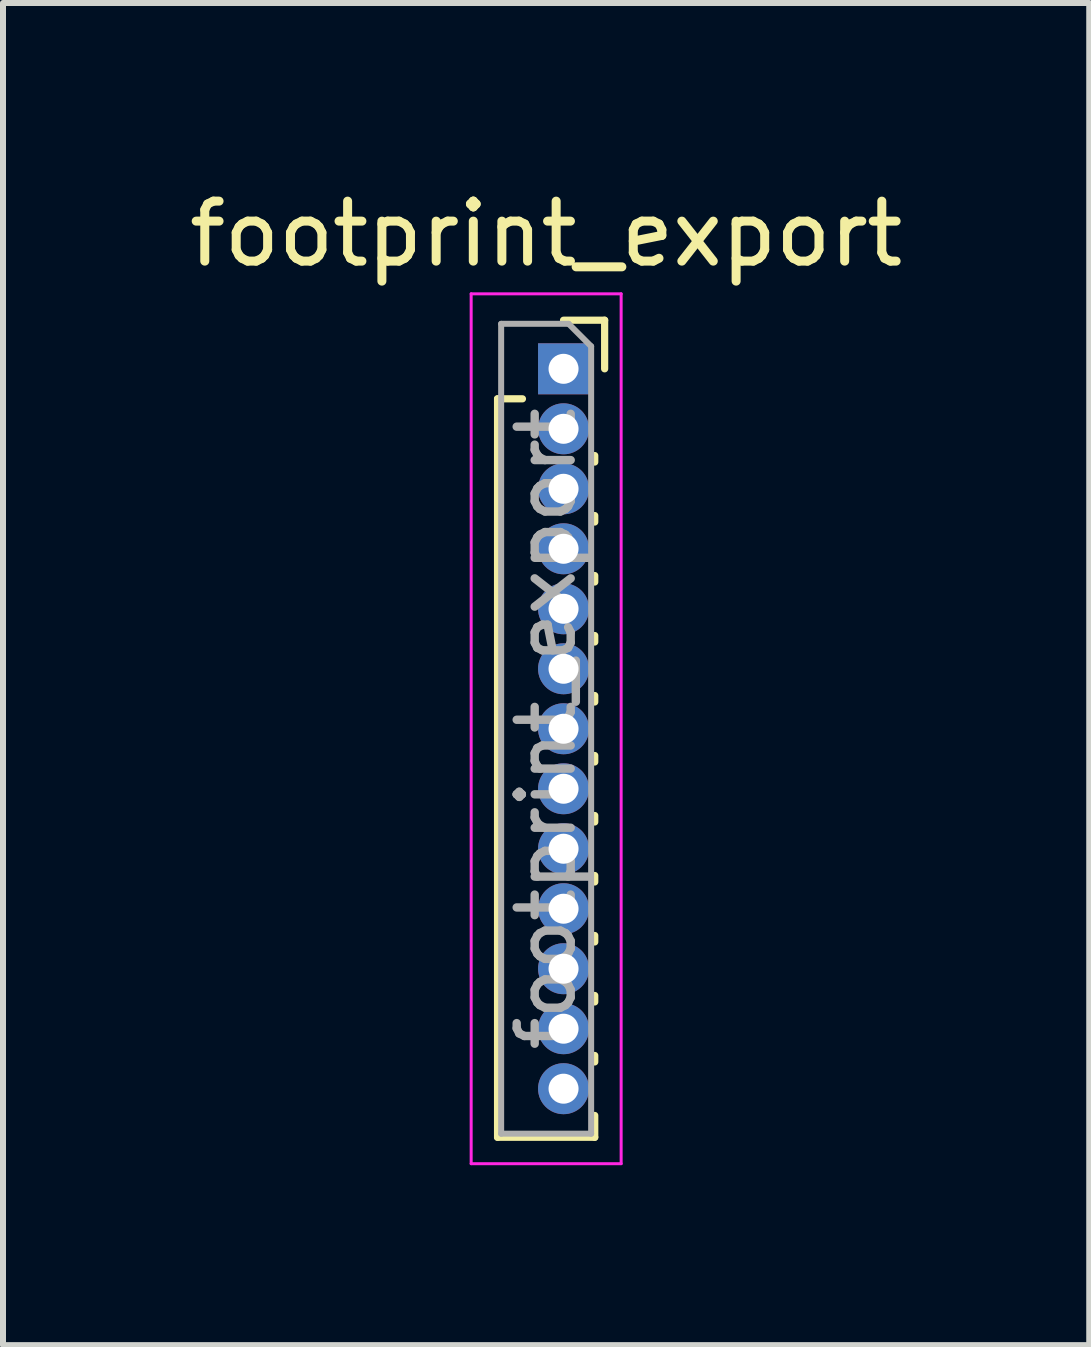
<source format=kicad_pcb>
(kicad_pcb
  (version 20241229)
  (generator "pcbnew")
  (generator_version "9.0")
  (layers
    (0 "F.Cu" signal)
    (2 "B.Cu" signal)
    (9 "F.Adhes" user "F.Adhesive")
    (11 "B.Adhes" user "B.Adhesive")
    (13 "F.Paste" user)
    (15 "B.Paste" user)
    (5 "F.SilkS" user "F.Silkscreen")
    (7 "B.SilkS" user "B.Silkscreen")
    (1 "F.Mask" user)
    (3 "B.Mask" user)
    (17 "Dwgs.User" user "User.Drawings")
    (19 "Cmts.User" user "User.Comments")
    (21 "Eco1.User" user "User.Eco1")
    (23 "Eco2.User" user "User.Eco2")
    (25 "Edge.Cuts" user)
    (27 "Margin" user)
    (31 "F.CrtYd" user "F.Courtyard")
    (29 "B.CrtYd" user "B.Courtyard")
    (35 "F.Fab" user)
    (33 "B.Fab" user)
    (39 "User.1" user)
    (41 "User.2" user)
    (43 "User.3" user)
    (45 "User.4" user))
  (footprint "footprint_export"
    (layer "F.Cu")
    (at 6.344 3.098)
    (property "Reference" "footprint_export" (at -0.29 -2.25 0) (layer "F.SilkS") (effects (font (size 1 1) (thickness 0.15))))
    (attr through_hole)
    (fp_line (start -1.1 0.5) (end -1.1 12.81) (stroke (width 0.12) (type solid)) (layer "F.SilkS"))
    (fp_line (start -1.1 0.5) (end -0.685 0.5) (stroke (width 0.12) (type solid)) (layer "F.SilkS"))
    (fp_line (start -1.1 12.81) (end 0.52 12.81) (stroke (width 0.12) (type solid)) (layer "F.SilkS"))
    (fp_line (start 0 -0.81) (end 0.685 -0.81) (stroke (width 0.12) (type solid)) (layer "F.SilkS"))
    (fp_line (start 0.52 1.446) (end 0.52 1.554) (stroke (width 0.12) (type solid)) (layer "F.SilkS"))
    (fp_line (start 0.52 2.446) (end 0.52 2.554) (stroke (width 0.12) (type solid)) (layer "F.SilkS"))
    (fp_line (start 0.52 3.446) (end 0.52 3.554) (stroke (width 0.12) (type solid)) (layer "F.SilkS"))
    (fp_line (start 0.52 4.446) (end 0.52 4.554) (stroke (width 0.12) (type solid)) (layer "F.SilkS"))
    (fp_line (start 0.52 5.446) (end 0.52 5.554) (stroke (width 0.12) (type solid)) (layer "F.SilkS"))
    (fp_line (start 0.52 6.446) (end 0.52 6.554) (stroke (width 0.12) (type solid)) (layer "F.SilkS"))
    (fp_line (start 0.52 7.446) (end 0.52 7.554) (stroke (width 0.12) (type solid)) (layer "F.SilkS"))
    (fp_line (start 0.52 8.446) (end 0.52 8.554) (stroke (width 0.12) (type solid)) (layer "F.SilkS"))
    (fp_line (start 0.52 9.446) (end 0.52 9.554) (stroke (width 0.12) (type solid)) (layer "F.SilkS"))
    (fp_line (start 0.52 10.446) (end 0.52 10.554) (stroke (width 0.12) (type solid)) (layer "F.SilkS"))
    (fp_line (start 0.52 11.446) (end 0.52 11.554) (stroke (width 0.12) (type solid)) (layer "F.SilkS"))
    (fp_line (start 0.52 12.446) (end 0.52 12.81) (stroke (width 0.12) (type solid)) (layer "F.SilkS"))
    (fp_line (start 0.685 -0.81) (end 0.685 0) (stroke (width 0.12) (type solid)) (layer "F.SilkS"))
    (fp_line (start -1.54 -1.25) (end 0.96 -1.25) (stroke (width 0.05) (type solid)) (layer "F.CrtYd"))
    (fp_line (start -1.54 13.25) (end -1.54 -1.25) (stroke (width 0.05) (type solid)) (layer "F.CrtYd"))
    (fp_line (start 0.96 -1.25) (end 0.96 13.25) (stroke (width 0.05) (type solid)) (layer "F.CrtYd"))
    (fp_line (start 0.96 13.25) (end -1.54 13.25) (stroke (width 0.05) (type solid)) (layer "F.CrtYd"))
    (fp_line (start -1.04 -0.75) (end 0.085 -0.75) (stroke (width 0.1) (type solid)) (layer "F.Fab"))
    (fp_line (start -1.04 12.75) (end -1.04 -0.75) (stroke (width 0.1) (type solid)) (layer "F.Fab"))
    (fp_line (start 0.085 -0.75) (end 0.46 -0.375) (stroke (width 0.1) (type solid)) (layer "F.Fab"))
    (fp_line (start 0.46 -0.375) (end 0.46 12.75) (stroke (width 0.1) (type solid)) (layer "F.Fab"))
    (fp_line (start 0.46 12.75) (end -1.04 12.75) (stroke (width 0.1) (type solid)) (layer "F.Fab"))
    (fp_text user "${REFERENCE}" (at -0.29 6 90) (layer "F.Fab") (effects (font (size 0.9 0.9) (thickness 0.14))))
    (pad "1" thru_hole rect (at 0 0) (size 0.85 0.85) (drill 0.5) (layers "*.Cu" "*.Mask"))
    (pad "2" thru_hole oval (at 0 1) (size 0.85 0.85) (drill 0.5) (layers "*.Cu" "*.Mask"))
    (pad "3" thru_hole oval (at 0 2) (size 0.85 0.85) (drill 0.5) (layers "*.Cu" "*.Mask"))
    (pad "4" thru_hole oval (at 0 3) (size 0.85 0.85) (drill 0.5) (layers "*.Cu" "*.Mask"))
    (pad "5" thru_hole oval (at 0 4) (size 0.85 0.85) (drill 0.5) (layers "*.Cu" "*.Mask"))
    (pad "6" thru_hole oval (at 0 5) (size 0.85 0.85) (drill 0.5) (layers "*.Cu" "*.Mask"))
    (pad "7" thru_hole oval (at 0 6) (size 0.85 0.85) (drill 0.5) (layers "*.Cu" "*.Mask"))
    (pad "8" thru_hole oval (at 0 7) (size 0.85 0.85) (drill 0.5) (layers "*.Cu" "*.Mask"))
    (pad "9" thru_hole oval (at 0 8) (size 0.85 0.85) (drill 0.5) (layers "*.Cu" "*.Mask"))
    (pad "10" thru_hole oval (at 0 9) (size 0.85 0.85) (drill 0.5) (layers "*.Cu" "*.Mask"))
    (pad "11" thru_hole oval (at 0 10) (size 0.85 0.85) (drill 0.5) (layers "*.Cu" "*.Mask"))
    (pad "12" thru_hole oval (at 0 11) (size 0.85 0.85) (drill 0.5) (layers "*.Cu" "*.Mask"))
    (pad "13" thru_hole oval (at 0 12) (size 0.85 0.85) (drill 0.5) (layers "*.Cu" "*.Mask")))
  (gr_rect
    (start -3 -3)
    (end 15.107 19.373)
    (stroke (width 0.1) (type default))
    (fill no)
    (layer "Edge.Cuts")))
</source>
